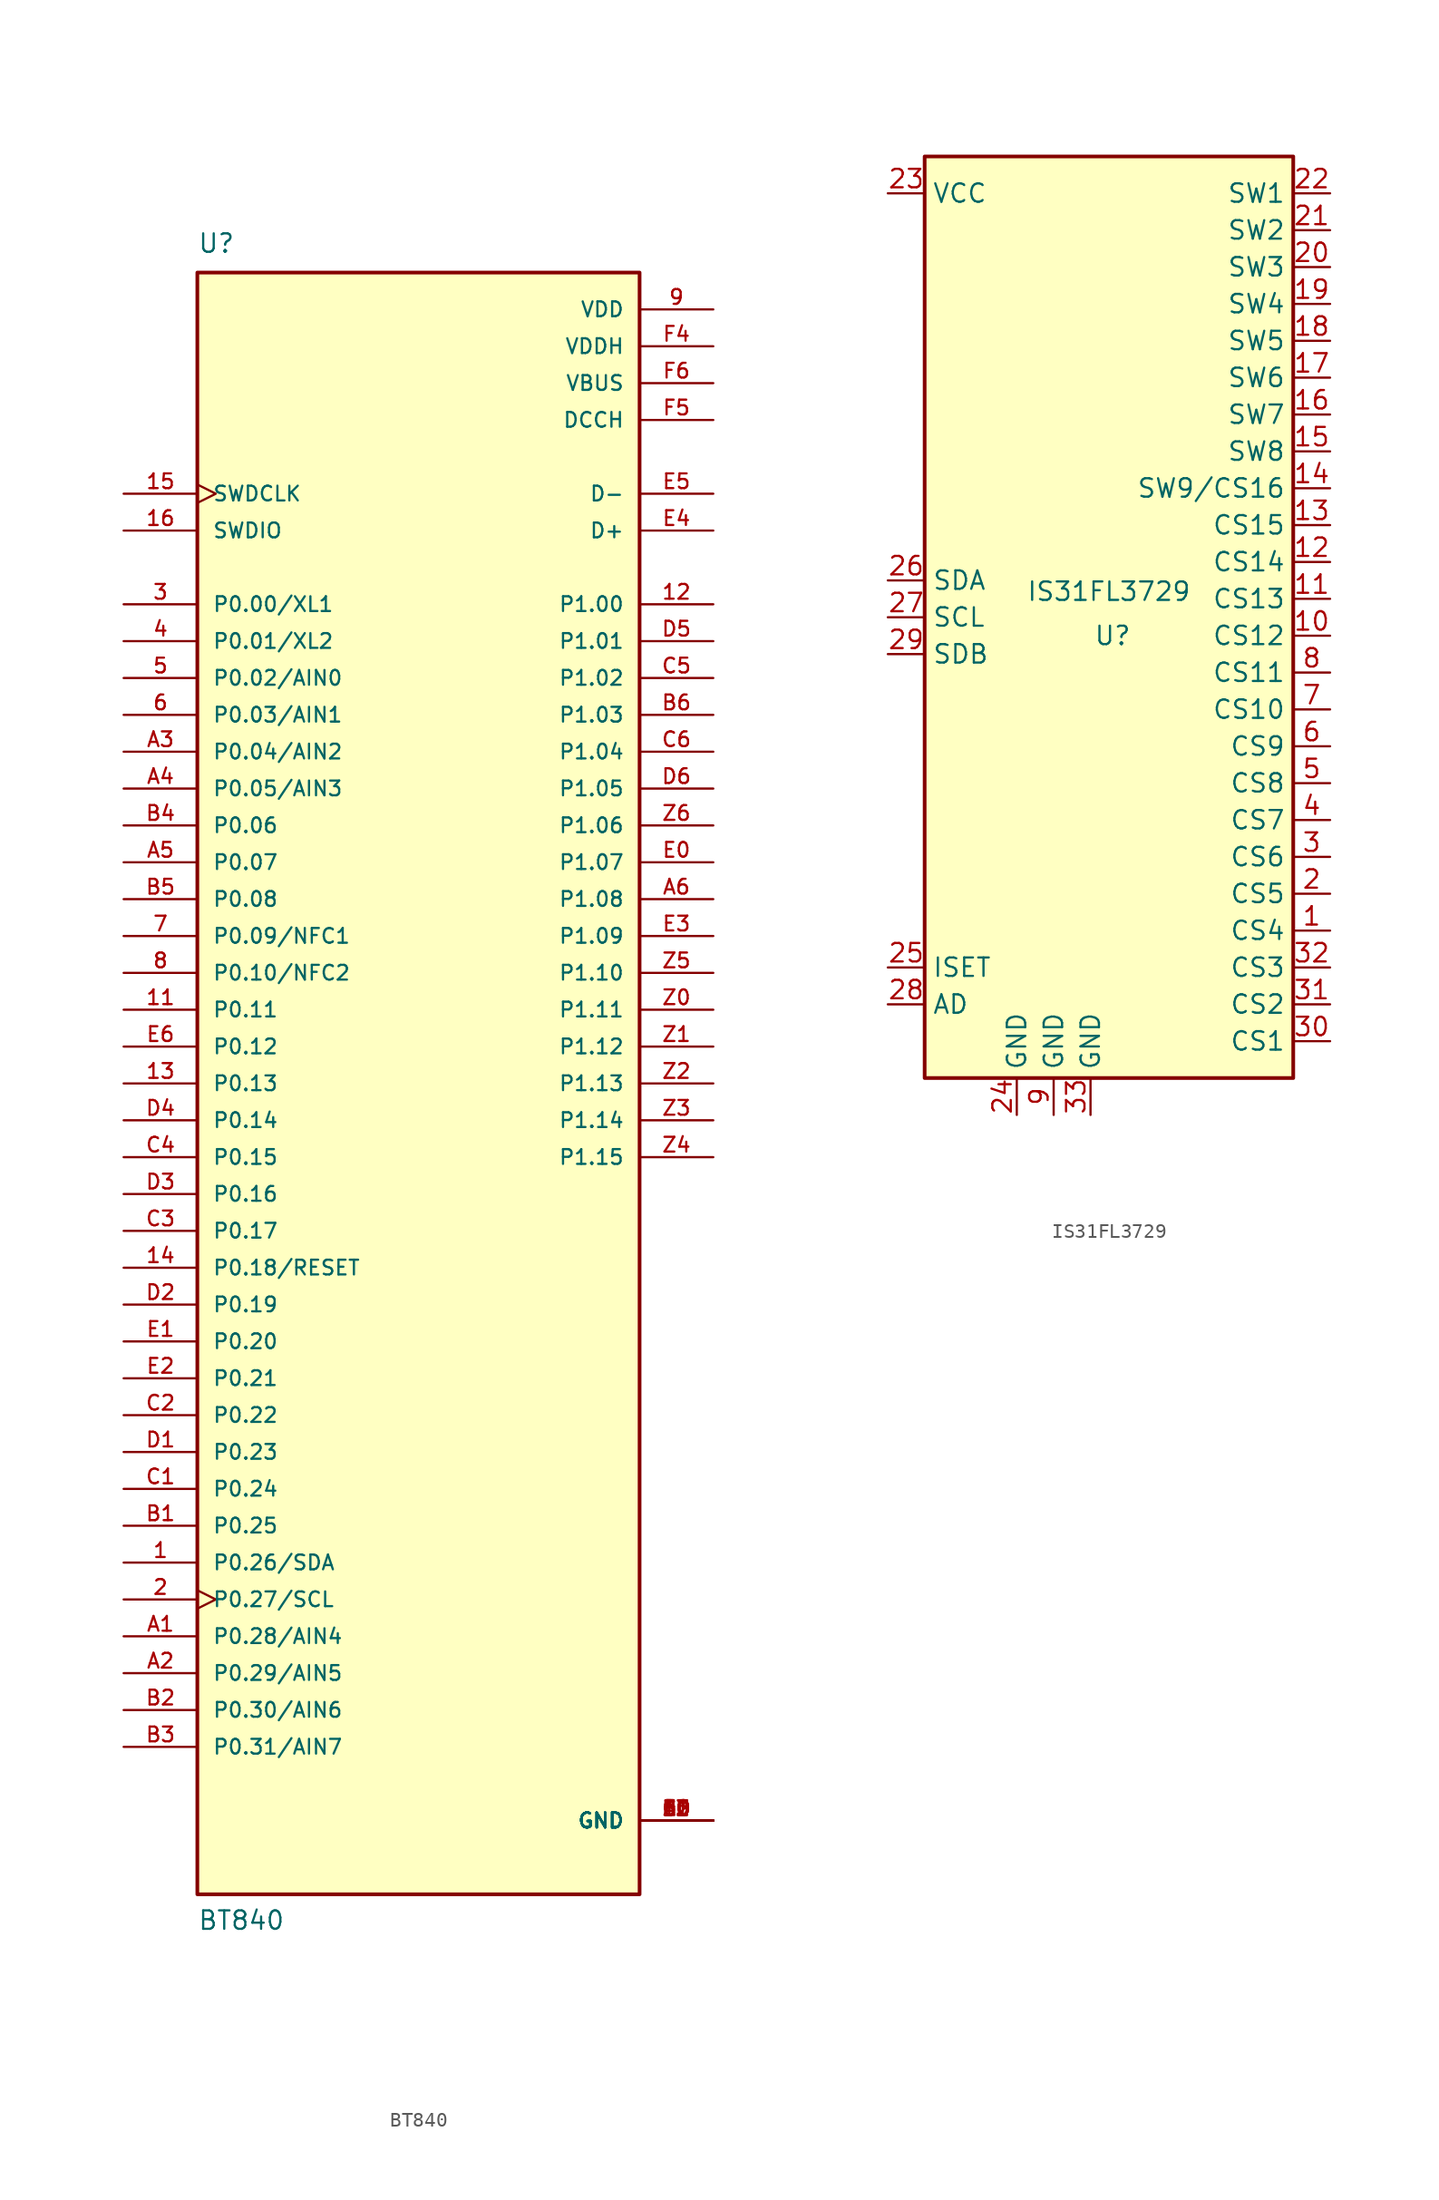
<source format=kicad_sym>
(kicad_symbol_lib
  (version 20231120)
  (generator "kicad_symbol_editor")
  (generator_version "8.0")
  (symbol "BT840"
    (pin_names
      (offset 1.016))
    (property "Reference" "U"
      (at -15.24 57.15 0)
      (effects (font (size 1.27 1.27)) (justify left bottom)))
    (property "Value" "BT840"
      (at -15.24 -58.42 0)
      (effects (font (size 1.27 1.27)) (justify left bottom)))
    (symbol "BT840_0_0"
      (rectangle (start -15.24 -55.88) (end 15.24 55.88) (stroke (width 0.254) (type default)) (fill (type background)))
      (pin bidirectional line (at -20.32 -33.02 0) (length 5.08) (name "P0.26/SDA" (effects (font (size 1.016 1.016)))) (number "1" (effects (font (size 1.016 1.016)))))
      (pin power_in line (at 20.32 -50.8 180) (length 5.08) (name "GND" (effects (font (size 1.016 1.016)))) (number "10" (effects (font (size 1.016 1.016)))))
      (pin bidirectional line (at -20.32 5.08 0) (length 5.08) (name "P0.11" (effects (font (size 1.016 1.016)))) (number "11" (effects (font (size 1.016 1.016)))))
      (pin bidirectional line (at 20.32 33.02 180) (length 5.08) (name "P1.00" (effects (font (size 1.016 1.016)))) (number "12" (effects (font (size 1.016 1.016)))))
      (pin bidirectional line (at -20.32 0 0) (length 5.08) (name "P0.13" (effects (font (size 1.016 1.016)))) (number "13" (effects (font (size 1.016 1.016)))))
      (pin bidirectional line (at -20.32 -12.7 0) (length 5.08) (name "P0.18/RESET" (effects (font (size 1.016 1.016)))) (number "14" (effects (font (size 1.016 1.016)))))
      (pin input clock (at -20.32 40.64 0) (length 5.08) (name "SWDCLK" (effects (font (size 1.016 1.016)))) (number "15" (effects (font (size 1.016 1.016)))))
      (pin bidirectional line (at -20.32 38.1 0) (length 5.08) (name "SWDIO" (effects (font (size 1.016 1.016)))) (number "16" (effects (font (size 1.016 1.016)))))
      (pin bidirectional clock (at -20.32 -35.56 0) (length 5.08) (name "P0.27/SCL" (effects (font (size 1.016 1.016)))) (number "2" (effects (font (size 1.016 1.016)))))
      (pin bidirectional line (at -20.32 33.02 0) (length 5.08) (name "P0.00/XL1" (effects (font (size 1.016 1.016)))) (number "3" (effects (font (size 1.016 1.016)))))
      (pin bidirectional line (at -20.32 30.48 0) (length 5.08) (name "P0.01/XL2" (effects (font (size 1.016 1.016)))) (number "4" (effects (font (size 1.016 1.016)))))
      (pin bidirectional line (at -20.32 27.94 0) (length 5.08) (name "P0.02/AIN0" (effects (font (size 1.016 1.016)))) (number "5" (effects (font (size 1.016 1.016)))))
      (pin bidirectional line (at -20.32 25.4 0) (length 5.08) (name "P0.03/AIN1" (effects (font (size 1.016 1.016)))) (number "6" (effects (font (size 1.016 1.016)))))
      (pin bidirectional line (at -20.32 10.16 0) (length 5.08) (name "P0.09/NFC1" (effects (font (size 1.016 1.016)))) (number "7" (effects (font (size 1.016 1.016)))))
      (pin bidirectional line (at -20.32 7.62 0) (length 5.08) (name "P0.10/NFC2" (effects (font (size 1.016 1.016)))) (number "8" (effects (font (size 1.016 1.016)))))
      (pin power_in line (at 20.32 53.34 180) (length 5.08) (name "VDD" (effects (font (size 1.016 1.016)))) (number "9" (effects (font (size 1.016 1.016)))))
      (pin power_in line (at 20.32 -50.8 180) (length 5.08) (name "GND" (effects (font (size 1.016 1.016)))) (number "A0" (effects (font (size 1.016 1.016)))))
      (pin bidirectional line (at -20.32 -38.1 0) (length 5.08) (name "P0.28/AIN4" (effects (font (size 1.016 1.016)))) (number "A1" (effects (font (size 1.016 1.016)))))
      (pin bidirectional line (at -20.32 -40.64 0) (length 5.08) (name "P0.29/AIN5" (effects (font (size 1.016 1.016)))) (number "A2" (effects (font (size 1.016 1.016)))))
      (pin bidirectional line (at -20.32 22.86 0) (length 5.08) (name "P0.04/AIN2" (effects (font (size 1.016 1.016)))) (number "A3" (effects (font (size 1.016 1.016)))))
      (pin bidirectional line (at -20.32 20.32 0) (length 5.08) (name "P0.05/AIN3" (effects (font (size 1.016 1.016)))) (number "A4" (effects (font (size 1.016 1.016)))))
      (pin bidirectional line (at -20.32 15.24 0) (length 5.08) (name "P0.07" (effects (font (size 1.016 1.016)))) (number "A5" (effects (font (size 1.016 1.016)))))
      (pin bidirectional line (at 20.32 12.7 180) (length 5.08) (name "P1.08" (effects (font (size 1.016 1.016)))) (number "A6" (effects (font (size 1.016 1.016)))))
      (pin power_in line (at 20.32 -50.8 180) (length 5.08) (name "GND" (effects (font (size 1.016 1.016)))) (number "B0" (effects (font (size 1.016 1.016)))))
      (pin bidirectional line (at -20.32 -30.48 0) (length 5.08) (name "P0.25" (effects (font (size 1.016 1.016)))) (number "B1" (effects (font (size 1.016 1.016)))))
      (pin bidirectional line (at -20.32 -43.18 0) (length 5.08) (name "P0.30/AIN6" (effects (font (size 1.016 1.016)))) (number "B2" (effects (font (size 1.016 1.016)))))
      (pin bidirectional line (at -20.32 -45.72 0) (length 5.08) (name "P0.31/AIN7" (effects (font (size 1.016 1.016)))) (number "B3" (effects (font (size 1.016 1.016)))))
      (pin bidirectional line (at -20.32 17.78 0) (length 5.08) (name "P0.06" (effects (font (size 1.016 1.016)))) (number "B4" (effects (font (size 1.016 1.016)))))
      (pin bidirectional line (at -20.32 12.7 0) (length 5.08) (name "P0.08" (effects (font (size 1.016 1.016)))) (number "B5" (effects (font (size 1.016 1.016)))))
      (pin bidirectional line (at 20.32 25.4 180) (length 5.08) (name "P1.03" (effects (font (size 1.016 1.016)))) (number "B6" (effects (font (size 1.016 1.016)))))
      (pin power_in line (at 20.32 -50.8 180) (length 5.08) (name "GND" (effects (font (size 1.016 1.016)))) (number "C0" (effects (font (size 1.016 1.016)))))
      (pin bidirectional line (at -20.32 -27.94 0) (length 5.08) (name "P0.24" (effects (font (size 1.016 1.016)))) (number "C1" (effects (font (size 1.016 1.016)))))
      (pin bidirectional line (at -20.32 -22.86 0) (length 5.08) (name "P0.22" (effects (font (size 1.016 1.016)))) (number "C2" (effects (font (size 1.016 1.016)))))
      (pin bidirectional line (at -20.32 -10.16 0) (length 5.08) (name "P0.17" (effects (font (size 1.016 1.016)))) (number "C3" (effects (font (size 1.016 1.016)))))
      (pin bidirectional line (at -20.32 -5.08 0) (length 5.08) (name "P0.15" (effects (font (size 1.016 1.016)))) (number "C4" (effects (font (size 1.016 1.016)))))
      (pin bidirectional line (at 20.32 27.94 180) (length 5.08) (name "P1.02" (effects (font (size 1.016 1.016)))) (number "C5" (effects (font (size 1.016 1.016)))))
      (pin bidirectional line (at 20.32 22.86 180) (length 5.08) (name "P1.04" (effects (font (size 1.016 1.016)))) (number "C6" (effects (font (size 1.016 1.016)))))
      (pin power_in line (at 20.32 -50.8 180) (length 5.08) (name "GND" (effects (font (size 1.016 1.016)))) (number "D0" (effects (font (size 1.016 1.016)))))
      (pin bidirectional line (at -20.32 -25.4 0) (length 5.08) (name "P0.23" (effects (font (size 1.016 1.016)))) (number "D1" (effects (font (size 1.016 1.016)))))
      (pin bidirectional line (at -20.32 -15.24 0) (length 5.08) (name "P0.19" (effects (font (size 1.016 1.016)))) (number "D2" (effects (font (size 1.016 1.016)))))
      (pin bidirectional line (at -20.32 -7.62 0) (length 5.08) (name "P0.16" (effects (font (size 1.016 1.016)))) (number "D3" (effects (font (size 1.016 1.016)))))
      (pin bidirectional line (at -20.32 -2.54 0) (length 5.08) (name "P0.14" (effects (font (size 1.016 1.016)))) (number "D4" (effects (font (size 1.016 1.016)))))
      (pin bidirectional line (at 20.32 30.48 180) (length 5.08) (name "P1.01" (effects (font (size 1.016 1.016)))) (number "D5" (effects (font (size 1.016 1.016)))))
      (pin bidirectional line (at 20.32 20.32 180) (length 5.08) (name "P1.05" (effects (font (size 1.016 1.016)))) (number "D6" (effects (font (size 1.016 1.016)))))
      (pin bidirectional line (at 20.32 15.24 180) (length 5.08) (name "P1.07" (effects (font (size 1.016 1.016)))) (number "E0" (effects (font (size 1.016 1.016)))))
      (pin bidirectional line (at -20.32 -17.78 0) (length 5.08) (name "P0.20" (effects (font (size 1.016 1.016)))) (number "E1" (effects (font (size 1.016 1.016)))))
      (pin bidirectional line (at -20.32 -20.32 0) (length 5.08) (name "P0.21" (effects (font (size 1.016 1.016)))) (number "E2" (effects (font (size 1.016 1.016)))))
      (pin bidirectional line (at 20.32 10.16 180) (length 5.08) (name "P1.09" (effects (font (size 1.016 1.016)))) (number "E3" (effects (font (size 1.016 1.016)))))
      (pin bidirectional line (at 20.32 38.1 180) (length 5.08) (name "D+" (effects (font (size 1.016 1.016)))) (number "E4" (effects (font (size 1.016 1.016)))))
      (pin bidirectional line (at 20.32 40.64 180) (length 5.08) (name "D-" (effects (font (size 1.016 1.016)))) (number "E5" (effects (font (size 1.016 1.016)))))
      (pin bidirectional line (at -20.32 2.54 0) (length 5.08) (name "P0.12" (effects (font (size 1.016 1.016)))) (number "E6" (effects (font (size 1.016 1.016)))))
      (pin power_in line (at 20.32 -50.8 180) (length 5.08) (name "GND" (effects (font (size 1.016 1.016)))) (number "F0" (effects (font (size 1.016 1.016)))))
      (pin power_in line (at 20.32 -50.8 180) (length 5.08) (name "GND" (effects (font (size 1.016 1.016)))) (number "F1" (effects (font (size 1.016 1.016)))))
      (pin power_in line (at 20.32 -50.8 180) (length 5.08) (name "GND" (effects (font (size 1.016 1.016)))) (number "F2" (effects (font (size 1.016 1.016)))))
      (pin power_in line (at 20.32 -50.8 180) (length 5.08) (name "GND" (effects (font (size 1.016 1.016)))) (number "F3" (effects (font (size 1.016 1.016)))))
      (pin power_in line (at 20.32 50.8 180) (length 5.08) (name "VDDH" (effects (font (size 1.016 1.016)))) (number "F4" (effects (font (size 1.016 1.016)))))
      (pin power_in line (at 20.32 45.72 180) (length 5.08) (name "DCCH" (effects (font (size 1.016 1.016)))) (number "F5" (effects (font (size 1.016 1.016)))))
      (pin power_in line (at 20.32 48.26 180) (length 5.08) (name "VBUS" (effects (font (size 1.016 1.016)))) (number "F6" (effects (font (size 1.016 1.016)))))
      (pin bidirectional line (at 20.32 5.08 180) (length 5.08) (name "P1.11" (effects (font (size 1.016 1.016)))) (number "Z0" (effects (font (size 1.016 1.016)))))
      (pin bidirectional line (at 20.32 2.54 180) (length 5.08) (name "P1.12" (effects (font (size 1.016 1.016)))) (number "Z1" (effects (font (size 1.016 1.016)))))
      (pin bidirectional line (at 20.32 0 180) (length 5.08) (name "P1.13" (effects (font (size 1.016 1.016)))) (number "Z2" (effects (font (size 1.016 1.016)))))
      (pin bidirectional line (at 20.32 -2.54 180) (length 5.08) (name "P1.14" (effects (font (size 1.016 1.016)))) (number "Z3" (effects (font (size 1.016 1.016)))))
      (pin bidirectional line (at 20.32 -5.08 180) (length 5.08) (name "P1.15" (effects (font (size 1.016 1.016)))) (number "Z4" (effects (font (size 1.016 1.016)))))
      (pin bidirectional line (at 20.32 7.62 180) (length 5.08) (name "P1.10" (effects (font (size 1.016 1.016)))) (number "Z5" (effects (font (size 1.016 1.016)))))
      (pin bidirectional line (at 20.32 17.78 180) (length 5.08) (name "P1.06" (effects (font (size 1.016 1.016)))) (number "Z6" (effects (font (size 1.016 1.016)))))))
  (symbol "IS31FL3729"
    (property "Reference" "U"
      (at 0.254 -1.27 0)
      (effects (font (size 1.27 1.27))))
    (property "Value" "IS31FL3729"
      (at 0 1.778 0)
      (effects (font (size 1.27 1.27))))
    (symbol "IS31FL3729_0_1"
      (rectangle (start -12.7 31.75) (end 12.7 -31.75) (stroke (width 0.254) (type default)) (fill (type background))))
    (symbol "IS31FL3729_1_1"
      (pin output line (at 15.24 -21.59 180) (length 2.54) (name "CS4" (effects (font (size 1.27 1.27)))) (number "1" (effects (font (size 1.27 1.27)))))
      (pin output line (at 15.24 -1.27 180) (length 2.54) (name "CS12" (effects (font (size 1.27 1.27)))) (number "10" (effects (font (size 1.27 1.27)))))
      (pin output line (at 15.24 1.27 180) (length 2.54) (name "CS13" (effects (font (size 1.27 1.27)))) (number "11" (effects (font (size 1.27 1.27)))))
      (pin output line (at 15.24 3.81 180) (length 2.54) (name "CS14" (effects (font (size 1.27 1.27)))) (number "12" (effects (font (size 1.27 1.27)))))
      (pin output line (at 15.24 6.35 180) (length 2.54) (name "CS15" (effects (font (size 1.27 1.27)))) (number "13" (effects (font (size 1.27 1.27)))))
      (pin input line (at 15.24 8.89 180) (length 2.54) (name "SW9/CS16" (effects (font (size 1.27 1.27)))) (number "14" (effects (font (size 1.27 1.27)))))
      (pin input line (at 15.24 11.43 180) (length 2.54) (name "SW8" (effects (font (size 1.27 1.27)))) (number "15" (effects (font (size 1.27 1.27)))))
      (pin input line (at 15.24 13.97 180) (length 2.54) (name "SW7" (effects (font (size 1.27 1.27)))) (number "16" (effects (font (size 1.27 1.27)))))
      (pin input line (at 15.24 16.51 180) (length 2.54) (name "SW6" (effects (font (size 1.27 1.27)))) (number "17" (effects (font (size 1.27 1.27)))))
      (pin input line (at 15.24 19.05 180) (length 2.54) (name "SW5" (effects (font (size 1.27 1.27)))) (number "18" (effects (font (size 1.27 1.27)))))
      (pin input line (at 15.24 21.59 180) (length 2.54) (name "SW4" (effects (font (size 1.27 1.27)))) (number "19" (effects (font (size 1.27 1.27)))))
      (pin output line (at 15.24 -19.05 180) (length 2.54) (name "CS5" (effects (font (size 1.27 1.27)))) (number "2" (effects (font (size 1.27 1.27)))))
      (pin input line (at 15.24 24.13 180) (length 2.54) (name "SW3" (effects (font (size 1.27 1.27)))) (number "20" (effects (font (size 1.27 1.27)))))
      (pin input line (at 15.24 26.67 180) (length 2.54) (name "SW2" (effects (font (size 1.27 1.27)))) (number "21" (effects (font (size 1.27 1.27)))))
      (pin input line (at 15.24 29.21 180) (length 2.54) (name "SW1" (effects (font (size 1.27 1.27)))) (number "22" (effects (font (size 1.27 1.27)))))
      (pin input line (at -15.24 29.21 0) (length 2.54) (name "VCC" (effects (font (size 1.27 1.27)))) (number "23" (effects (font (size 1.27 1.27)))))
      (pin power_in line (at -6.35 -34.29 90) (length 2.54) (name "GND" (effects (font (size 1.27 1.27)))) (number "24" (effects (font (size 1.27 1.27)))))
      (pin input line (at -15.24 -24.13 0) (length 2.54) (name "ISET" (effects (font (size 1.27 1.27)))) (number "25" (effects (font (size 1.27 1.27)))))
      (pin bidirectional line (at -15.24 2.54 0) (length 2.54) (name "SDA" (effects (font (size 1.27 1.27)))) (number "26" (effects (font (size 1.27 1.27)))))
      (pin input line (at -15.24 0 0) (length 2.54) (name "SCL" (effects (font (size 1.27 1.27)))) (number "27" (effects (font (size 1.27 1.27)))))
      (pin input line (at -15.24 -26.67 0) (length 2.54) (name "AD" (effects (font (size 1.27 1.27)))) (number "28" (effects (font (size 1.27 1.27)))))
      (pin input line (at -15.24 -2.54 0) (length 2.54) (name "SDB" (effects (font (size 1.27 1.27)))) (number "29" (effects (font (size 1.27 1.27)))))
      (pin output line (at 15.24 -16.51 180) (length 2.54) (name "CS6" (effects (font (size 1.27 1.27)))) (number "3" (effects (font (size 1.27 1.27)))))
      (pin output line (at 15.24 -29.21 180) (length 2.54) (name "CS1" (effects (font (size 1.27 1.27)))) (number "30" (effects (font (size 1.27 1.27)))))
      (pin output line (at 15.24 -26.67 180) (length 2.54) (name "CS2" (effects (font (size 1.27 1.27)))) (number "31" (effects (font (size 1.27 1.27)))))
      (pin output line (at 15.24 -24.13 180) (length 2.54) (name "CS3" (effects (font (size 1.27 1.27)))) (number "32" (effects (font (size 1.27 1.27)))))
      (pin power_in line (at -1.27 -34.29 90) (length 2.54) (name "GND" (effects (font (size 1.27 1.27)))) (number "33" (effects (font (size 1.27 1.27)))))
      (pin output line (at 15.24 -13.97 180) (length 2.54) (name "CS7" (effects (font (size 1.27 1.27)))) (number "4" (effects (font (size 1.27 1.27)))))
      (pin output line (at 15.24 -11.43 180) (length 2.54) (name "CS8" (effects (font (size 1.27 1.27)))) (number "5" (effects (font (size 1.27 1.27)))))
      (pin output line (at 15.24 -8.89 180) (length 2.54) (name "CS9" (effects (font (size 1.27 1.27)))) (number "6" (effects (font (size 1.27 1.27)))))
      (pin output line (at 15.24 -6.35 180) (length 2.54) (name "CS10" (effects (font (size 1.27 1.27)))) (number "7" (effects (font (size 1.27 1.27)))))
      (pin output line (at 15.24 -3.81 180) (length 2.54) (name "CS11" (effects (font (size 1.27 1.27)))) (number "8" (effects (font (size 1.27 1.27)))))
      (pin power_in line (at -3.81 -34.29 90) (length 2.54) (name "GND" (effects (font (size 1.27 1.27)))) (number "9" (effects (font (size 1.27 1.27))))))))
</source>
